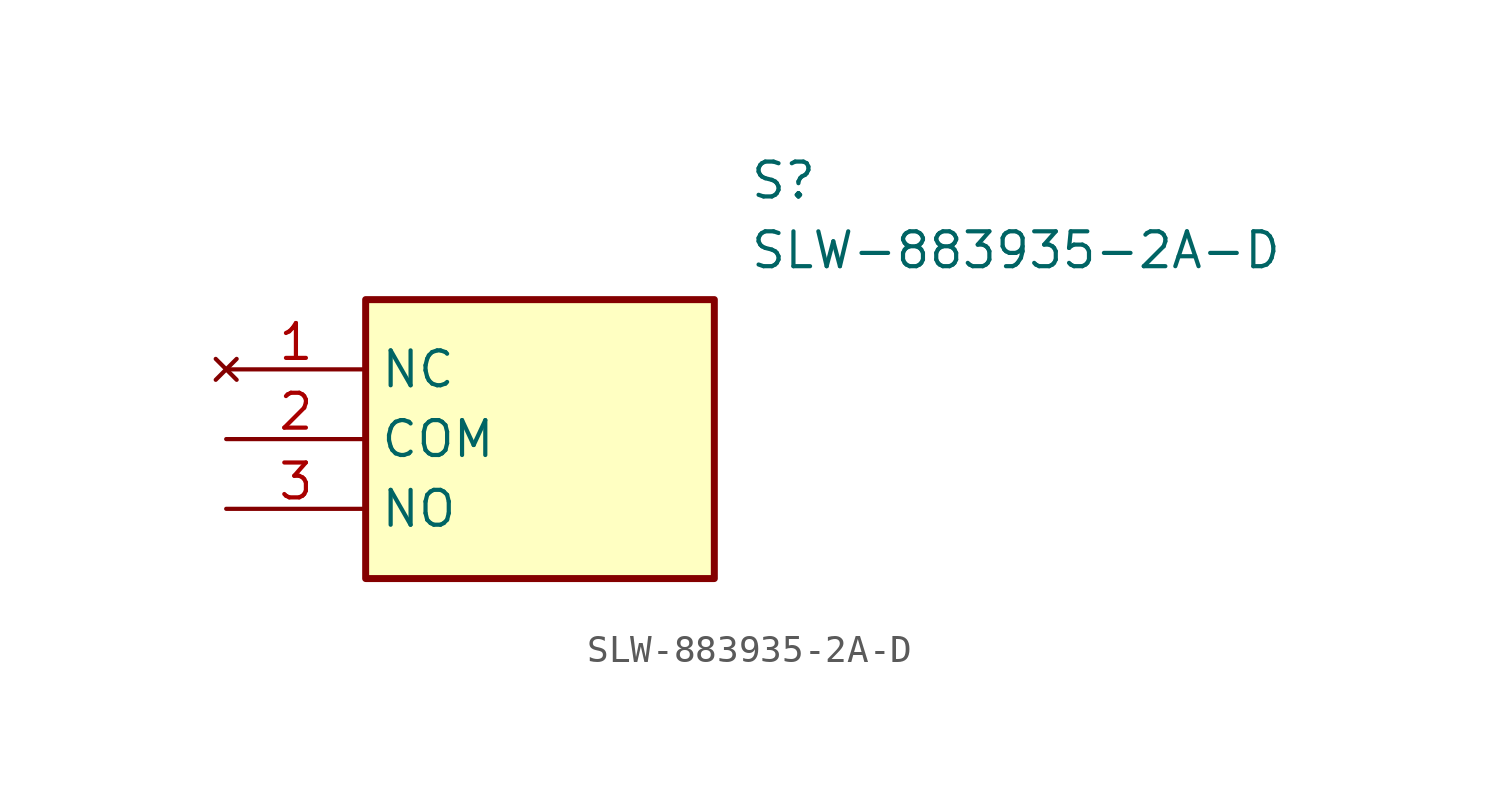
<source format=kicad_sym>
(kicad_symbol_lib
  (version 20211014)
  (generator SamacSys_ECAD_Model)
  (symbol "SLW-883935-2A-D"
    (property "Reference" "S"
      (at 19.05 7.62 0)
      (effects (font (size 1.27 1.27)) (justify left top)))
    (property "Value" "SLW-883935-2A-D"
      (at 19.05 5.08 0)
      (effects (font (size 1.27 1.27)) (justify left top)))
    (rectangle
      (start 5.08 2.54)
      (end 17.78 -7.62)
      (stroke (width 0.254) (type default))
      (fill (type background)))
    (pin no_connect line
      (at 0 0 0)
      (length 5.08)
      (name "NC" (effects (font (size 1.27 1.27))))
      (number "1" (effects (font (size 1.27 1.27)))))
    (pin passive line
      (at 0 -2.54 0)
      (length 5.08)
      (name "COM" (effects (font (size 1.27 1.27))))
      (number "2" (effects (font (size 1.27 1.27)))))
    (pin passive line
      (at 0 -5.08 0)
      (length 5.08)
      (name "NO" (effects (font (size 1.27 1.27))))
      (number "3" (effects (font (size 1.27 1.27)))))))
</source>
